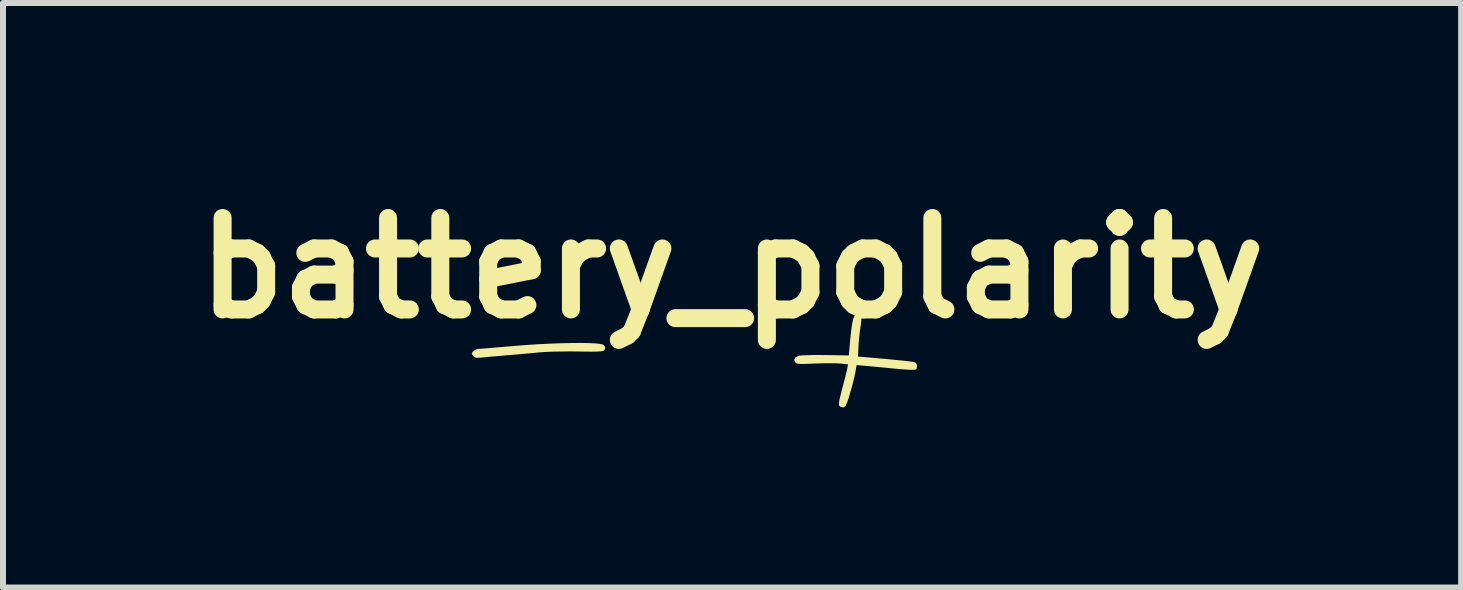
<source format=kicad_pcb>
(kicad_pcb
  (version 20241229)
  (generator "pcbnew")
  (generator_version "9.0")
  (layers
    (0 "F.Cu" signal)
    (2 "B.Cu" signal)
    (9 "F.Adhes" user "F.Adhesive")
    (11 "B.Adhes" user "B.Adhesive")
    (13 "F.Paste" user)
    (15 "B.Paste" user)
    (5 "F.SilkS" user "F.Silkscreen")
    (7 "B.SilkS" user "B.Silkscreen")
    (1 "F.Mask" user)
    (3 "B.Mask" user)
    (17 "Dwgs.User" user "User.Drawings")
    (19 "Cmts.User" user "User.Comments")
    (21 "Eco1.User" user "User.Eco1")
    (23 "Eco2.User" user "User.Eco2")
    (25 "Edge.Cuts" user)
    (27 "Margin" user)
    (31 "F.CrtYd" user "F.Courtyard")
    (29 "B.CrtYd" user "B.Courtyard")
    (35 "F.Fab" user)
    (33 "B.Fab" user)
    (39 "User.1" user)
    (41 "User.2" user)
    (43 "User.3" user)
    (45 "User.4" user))
  (footprint "battery_polarity"
    (layer "F.Cu")
    (at 9.151 1.418)
    (property "Reference" "battery_polarity" (at 0 0 0) (layer "F.SilkS") (effects (font (size 1.524 1.524) (thickness 0.3))))
    (attr board_only exclude_from_pos_files exclude_from_bom)
    (fp_poly (pts (xy -2.392 1.25) (xy -2.281 1.255) (xy -2.199 1.264) (xy -2.151 1.275) (xy -2.141 1.281) (xy -2.114 1.315) (xy -2.117 1.346) (xy -2.129 1.368) (xy -2.14 1.377) (xy -2.163 1.385) (xy -2.202 1.389) (xy -2.262 1.392) (xy -2.348 1.393) (xy -2.465 1.392) (xy -2.573 1.39) (xy -2.715 1.389) (xy -2.857 1.391) (xy -2.991 1.393) (xy -3.108 1.398) (xy -3.196 1.404) (xy -3.204 1.405) (xy -3.294 1.413) (xy -3.411 1.424) (xy -3.544 1.436) (xy -3.681 1.448) (xy -3.771 1.455) (xy -3.891 1.466) (xy -4.002 1.475) (xy -4.097 1.484) (xy -4.168 1.491) (xy -4.204 1.495) (xy -4.271 1.494) (xy -4.307 1.474) (xy -4.331 1.442) (xy -4.338 1.426) (xy -4.322 1.394) (xy -4.286 1.364) (xy -4.246 1.348) (xy -4.242 1.348) (xy -4.214 1.347) (xy -4.153 1.342) (xy -4.063 1.335) (xy -3.95 1.325) (xy -3.819 1.314) (xy -3.675 1.302) (xy -3.642 1.299) (xy -3.442 1.283) (xy -3.241 1.27) (xy -3.046 1.26) (xy -2.859 1.253) (xy -2.685 1.249) (xy -2.528 1.248)) (stroke (width 0) (type solid)) (fill yes) (layer "F.SilkS"))
    (fp_poly (pts (xy 2.13 0.774) (xy 2.147 0.785) (xy 2.156 0.81) (xy 2.156 0.855) (xy 2.149 0.927) (xy 2.134 1.031) (xy 2.133 1.036) (xy 2.121 1.136) (xy 2.111 1.247) (xy 2.106 1.329) (xy 2.1 1.475) (xy 2.159 1.48) (xy 2.27 1.489) (xy 2.393 1.5) (xy 2.522 1.511) (xy 2.649 1.523) (xy 2.766 1.535) (xy 2.868 1.545) (xy 2.946 1.554) (xy 2.994 1.56) (xy 2.999 1.561) (xy 3.051 1.573) (xy 3.075 1.594) (xy 3.083 1.627) (xy 3.078 1.675) (xy 3.056 1.694) (xy 3.026 1.696) (xy 2.964 1.695) (xy 2.878 1.69) (xy 2.774 1.682) (xy 2.688 1.674) (xy 2.566 1.662) (xy 2.445 1.65) (xy 2.337 1.64) (xy 2.251 1.632) (xy 2.215 1.629) (xy 2.076 1.617) (xy 2.054 1.745) (xy 2.038 1.819) (xy 2.016 1.91) (xy 1.99 2.007) (xy 1.962 2.103) (xy 1.936 2.189) (xy 1.912 2.256) (xy 1.894 2.296) (xy 1.891 2.301) (xy 1.853 2.324) (xy 1.803 2.31) (xy 1.798 2.306) (xy 1.787 2.295) (xy 1.781 2.277) (xy 1.782 2.246) (xy 1.79 2.197) (xy 1.807 2.125) (xy 1.832 2.025) (xy 1.861 1.915) (xy 1.884 1.827) (xy 1.904 1.747) (xy 1.918 1.687) (xy 1.922 1.667) (xy 1.933 1.605) (xy 1.804 1.591) (xy 1.737 1.587) (xy 1.643 1.586) (xy 1.531 1.587) (xy 1.415 1.59) (xy 1.379 1.591) (xy 1.263 1.596) (xy 1.179 1.598) (xy 1.123 1.597) (xy 1.087 1.592) (xy 1.066 1.583) (xy 1.057 1.575) (xy 1.036 1.53) (xy 1.053 1.492) (xy 1.104 1.465) (xy 1.124 1.46) (xy 1.168 1.455) (xy 1.243 1.452) (xy 1.342 1.449) (xy 1.457 1.449) (xy 1.575 1.45) (xy 1.947 1.456) (xy 1.97 1.19) (xy 1.981 1.085) (xy 1.993 0.987) (xy 2.006 0.906) (xy 2.018 0.853) (xy 2.019 0.848) (xy 2.041 0.798) (xy 2.066 0.776) (xy 2.102 0.772)) (stroke (width 0) (type solid)) (fill yes) (layer "F.SilkS")))
  (gr_rect
    (start -3 -3)
    (end 21.303 6.742)
    (stroke (width 0.1) (type default))
    (fill no)
    (layer "Edge.Cuts")))
</source>
